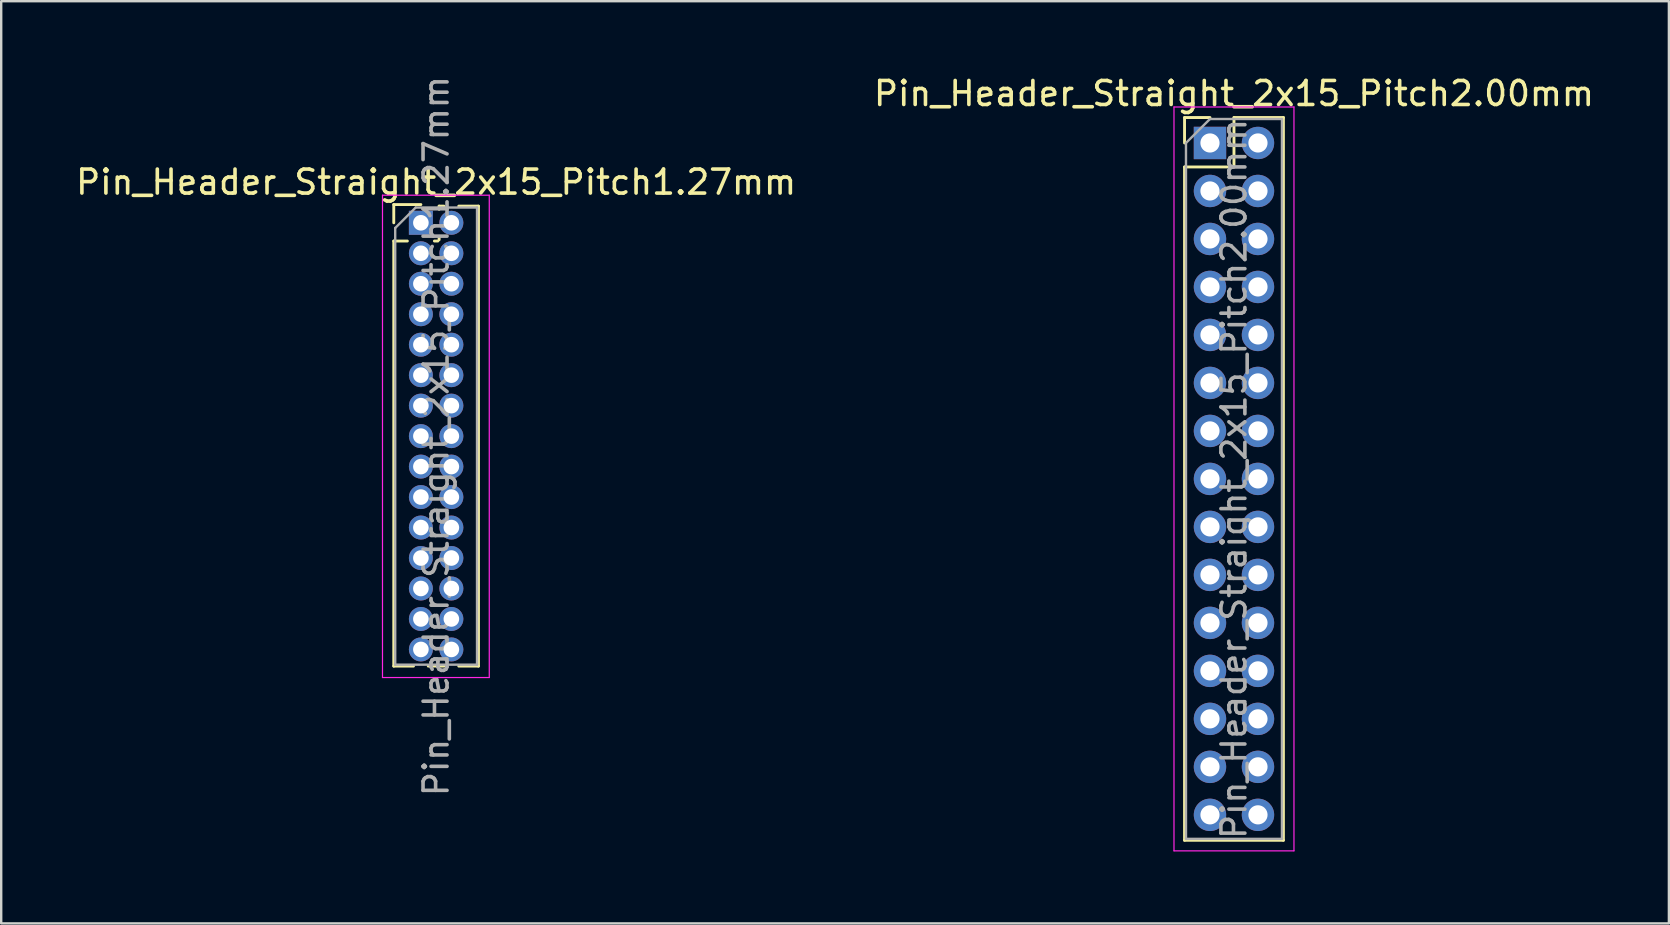
<source format=kicad_pcb>
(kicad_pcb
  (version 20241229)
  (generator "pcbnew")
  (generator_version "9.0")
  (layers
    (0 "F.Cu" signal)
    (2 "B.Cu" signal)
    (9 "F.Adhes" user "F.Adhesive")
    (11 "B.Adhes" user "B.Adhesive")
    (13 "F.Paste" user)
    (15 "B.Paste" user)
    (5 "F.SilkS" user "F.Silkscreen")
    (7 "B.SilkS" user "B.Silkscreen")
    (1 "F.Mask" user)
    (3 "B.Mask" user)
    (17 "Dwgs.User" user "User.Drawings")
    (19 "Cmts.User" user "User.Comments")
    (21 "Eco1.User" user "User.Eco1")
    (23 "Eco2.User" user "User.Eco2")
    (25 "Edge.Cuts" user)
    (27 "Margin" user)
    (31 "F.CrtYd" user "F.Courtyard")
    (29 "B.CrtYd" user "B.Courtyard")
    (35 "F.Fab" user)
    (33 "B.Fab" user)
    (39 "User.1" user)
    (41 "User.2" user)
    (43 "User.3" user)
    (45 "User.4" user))
  (footprint "Pin_Header_Straight_2x15_Pitch2.00mm"
    (layer "F.Cu")
    (at 47.375 2.908)
    (property "Reference" "Pin_Header_Straight_2x15_Pitch2.00mm" (at 1 -2.06 0) (layer "F.SilkS") (effects (font (size 1 1) (thickness 0.15))))
    (attr through_hole)
    (fp_line (start -1.06 -1.06) (end 0 -1.06) (stroke (width 0.12) (type solid)) (layer "F.SilkS"))
    (fp_line (start -1.06 0) (end -1.06 -1.06) (stroke (width 0.12) (type solid)) (layer "F.SilkS"))
    (fp_line (start -1.06 1) (end -1.06 29.06) (stroke (width 0.12) (type solid)) (layer "F.SilkS"))
    (fp_line (start -1.06 1) (end 1 1) (stroke (width 0.12) (type solid)) (layer "F.SilkS"))
    (fp_line (start -1.06 29.06) (end 3.06 29.06) (stroke (width 0.12) (type solid)) (layer "F.SilkS"))
    (fp_line (start 1 -1.06) (end 3.06 -1.06) (stroke (width 0.12) (type solid)) (layer "F.SilkS"))
    (fp_line (start 1 1) (end 1 -1.06) (stroke (width 0.12) (type solid)) (layer "F.SilkS"))
    (fp_line (start 3.06 -1.06) (end 3.06 29.06) (stroke (width 0.12) (type solid)) (layer "F.SilkS"))
    (fp_line (start -1.5 -1.5) (end -1.5 29.5) (stroke (width 0.05) (type solid)) (layer "F.CrtYd"))
    (fp_line (start -1.5 29.5) (end 3.5 29.5) (stroke (width 0.05) (type solid)) (layer "F.CrtYd"))
    (fp_line (start 3.5 -1.5) (end -1.5 -1.5) (stroke (width 0.05) (type solid)) (layer "F.CrtYd"))
    (fp_line (start 3.5 29.5) (end 3.5 -1.5) (stroke (width 0.05) (type solid)) (layer "F.CrtYd"))
    (fp_line (start -1 0) (end 0 -1) (stroke (width 0.1) (type solid)) (layer "F.Fab"))
    (fp_line (start -1 29) (end -1 0) (stroke (width 0.1) (type solid)) (layer "F.Fab"))
    (fp_line (start 0 -1) (end 3 -1) (stroke (width 0.1) (type solid)) (layer "F.Fab"))
    (fp_line (start 3 -1) (end 3 29) (stroke (width 0.1) (type solid)) (layer "F.Fab"))
    (fp_line (start 3 29) (end -1 29) (stroke (width 0.1) (type solid)) (layer "F.Fab"))
    (fp_text user "${REFERENCE}" (at 1 14 90) (layer "F.Fab") (effects (font (size 1 1) (thickness 0.15))))
    (pad "1" thru_hole rect (at 0 0) (size 1.35 1.35) (drill 0.8) (layers "*.Cu" "*.Mask"))
    (pad "2" thru_hole oval (at 2 0) (size 1.35 1.35) (drill 0.8) (layers "*.Cu" "*.Mask"))
    (pad "3" thru_hole oval (at 0 2) (size 1.35 1.35) (drill 0.8) (layers "*.Cu" "*.Mask"))
    (pad "4" thru_hole oval (at 2 2) (size 1.35 1.35) (drill 0.8) (layers "*.Cu" "*.Mask"))
    (pad "5" thru_hole oval (at 0 4) (size 1.35 1.35) (drill 0.8) (layers "*.Cu" "*.Mask"))
    (pad "6" thru_hole oval (at 2 4) (size 1.35 1.35) (drill 0.8) (layers "*.Cu" "*.Mask"))
    (pad "7" thru_hole oval (at 0 6) (size 1.35 1.35) (drill 0.8) (layers "*.Cu" "*.Mask"))
    (pad "8" thru_hole oval (at 2 6) (size 1.35 1.35) (drill 0.8) (layers "*.Cu" "*.Mask"))
    (pad "9" thru_hole oval (at 0 8) (size 1.35 1.35) (drill 0.8) (layers "*.Cu" "*.Mask"))
    (pad "10" thru_hole oval (at 2 8) (size 1.35 1.35) (drill 0.8) (layers "*.Cu" "*.Mask"))
    (pad "11" thru_hole oval (at 0 10) (size 1.35 1.35) (drill 0.8) (layers "*.Cu" "*.Mask"))
    (pad "12" thru_hole oval (at 2 10) (size 1.35 1.35) (drill 0.8) (layers "*.Cu" "*.Mask"))
    (pad "13" thru_hole oval (at 0 12) (size 1.35 1.35) (drill 0.8) (layers "*.Cu" "*.Mask"))
    (pad "14" thru_hole oval (at 2 12) (size 1.35 1.35) (drill 0.8) (layers "*.Cu" "*.Mask"))
    (pad "15" thru_hole oval (at 0 14) (size 1.35 1.35) (drill 0.8) (layers "*.Cu" "*.Mask"))
    (pad "16" thru_hole oval (at 2 14) (size 1.35 1.35) (drill 0.8) (layers "*.Cu" "*.Mask"))
    (pad "17" thru_hole oval (at 0 16) (size 1.35 1.35) (drill 0.8) (layers "*.Cu" "*.Mask"))
    (pad "18" thru_hole oval (at 2 16) (size 1.35 1.35) (drill 0.8) (layers "*.Cu" "*.Mask"))
    (pad "19" thru_hole oval (at 0 18) (size 1.35 1.35) (drill 0.8) (layers "*.Cu" "*.Mask"))
    (pad "20" thru_hole oval (at 2 18) (size 1.35 1.35) (drill 0.8) (layers "*.Cu" "*.Mask"))
    (pad "21" thru_hole oval (at 0 20) (size 1.35 1.35) (drill 0.8) (layers "*.Cu" "*.Mask"))
    (pad "22" thru_hole oval (at 2 20) (size 1.35 1.35) (drill 0.8) (layers "*.Cu" "*.Mask"))
    (pad "23" thru_hole oval (at 0 22) (size 1.35 1.35) (drill 0.8) (layers "*.Cu" "*.Mask"))
    (pad "24" thru_hole oval (at 2 22) (size 1.35 1.35) (drill 0.8) (layers "*.Cu" "*.Mask"))
    (pad "25" thru_hole oval (at 0 24) (size 1.35 1.35) (drill 0.8) (layers "*.Cu" "*.Mask"))
    (pad "26" thru_hole oval (at 2 24) (size 1.35 1.35) (drill 0.8) (layers "*.Cu" "*.Mask"))
    (pad "27" thru_hole oval (at 0 26) (size 1.35 1.35) (drill 0.8) (layers "*.Cu" "*.Mask"))
    (pad "28" thru_hole oval (at 2 26) (size 1.35 1.35) (drill 0.8) (layers "*.Cu" "*.Mask"))
    (pad "29" thru_hole oval (at 0 28) (size 1.35 1.35) (drill 0.8) (layers "*.Cu" "*.Mask"))
    (pad "30" thru_hole oval (at 2 28) (size 1.35 1.35) (drill 0.8) (layers "*.Cu" "*.Mask")))
  (footprint "Pin_Header_Straight_2x15_Pitch1.27mm"
    (layer "F.Cu")
    (at 14.49 6.235)
    (property "Reference" "Pin_Header_Straight_2x15_Pitch1.27mm" (at 0.635 -1.695 0) (layer "F.SilkS") (effects (font (size 1 1) (thickness 0.15))))
    (attr through_hole)
    (fp_line (start -1.13 -0.76) (end 0 -0.76) (stroke (width 0.12) (type solid)) (layer "F.SilkS"))
    (fp_line (start -1.13 0) (end -1.13 -0.76) (stroke (width 0.12) (type solid)) (layer "F.SilkS"))
    (fp_line (start -1.13 0.76) (end -1.13 18.475) (stroke (width 0.12) (type solid)) (layer "F.SilkS"))
    (fp_line (start -1.13 0.76) (end -0.563 0.76) (stroke (width 0.12) (type solid)) (layer "F.SilkS"))
    (fp_line (start -1.13 18.475) (end -0.308 18.475) (stroke (width 0.12) (type solid)) (layer "F.SilkS"))
    (fp_line (start 0.308 18.475) (end 0.962 18.475) (stroke (width 0.12) (type solid)) (layer "F.SilkS"))
    (fp_line (start 0.563 0.76) (end 0.707 0.76) (stroke (width 0.12) (type solid)) (layer "F.SilkS"))
    (fp_line (start 0.76 -0.695) (end 0.962 -0.695) (stroke (width 0.12) (type solid)) (layer "F.SilkS"))
    (fp_line (start 0.76 -0.563) (end 0.76 -0.695) (stroke (width 0.12) (type solid)) (layer "F.SilkS"))
    (fp_line (start 0.76 0.707) (end 0.76 0.563) (stroke (width 0.12) (type solid)) (layer "F.SilkS"))
    (fp_line (start 1.578 -0.695) (end 2.4 -0.695) (stroke (width 0.12) (type solid)) (layer "F.SilkS"))
    (fp_line (start 1.578 18.475) (end 2.4 18.475) (stroke (width 0.12) (type solid)) (layer "F.SilkS"))
    (fp_line (start 2.4 -0.695) (end 2.4 18.475) (stroke (width 0.12) (type solid)) (layer "F.SilkS"))
    (fp_line (start -1.6 -1.15) (end -1.6 18.95) (stroke (width 0.05) (type solid)) (layer "F.CrtYd"))
    (fp_line (start -1.6 18.95) (end 2.85 18.95) (stroke (width 0.05) (type solid)) (layer "F.CrtYd"))
    (fp_line (start 2.85 -1.15) (end -1.6 -1.15) (stroke (width 0.05) (type solid)) (layer "F.CrtYd"))
    (fp_line (start 2.85 18.95) (end 2.85 -1.15) (stroke (width 0.05) (type solid)) (layer "F.CrtYd"))
    (fp_line (start -1.07 0.217) (end -0.217 -0.635) (stroke (width 0.1) (type solid)) (layer "F.Fab"))
    (fp_line (start -1.07 18.415) (end -1.07 0.217) (stroke (width 0.1) (type solid)) (layer "F.Fab"))
    (fp_line (start -0.217 -0.635) (end 2.34 -0.635) (stroke (width 0.1) (type solid)) (layer "F.Fab"))
    (fp_line (start 2.34 -0.635) (end 2.34 18.415) (stroke (width 0.1) (type solid)) (layer "F.Fab"))
    (fp_line (start 2.34 18.415) (end -1.07 18.415) (stroke (width 0.1) (type solid)) (layer "F.Fab"))
    (fp_text user "${REFERENCE}" (at 0.635 8.89 90) (layer "F.Fab") (effects (font (size 1 1) (thickness 0.15))))
    (pad "1" thru_hole rect (at 0 0) (size 1 1) (drill 0.65) (layers "*.Cu" "*.Mask"))
    (pad "2" thru_hole oval (at 1.27 0) (size 1 1) (drill 0.65) (layers "*.Cu" "*.Mask"))
    (pad "3" thru_hole oval (at 0 1.27) (size 1 1) (drill 0.65) (layers "*.Cu" "*.Mask"))
    (pad "4" thru_hole oval (at 1.27 1.27) (size 1 1) (drill 0.65) (layers "*.Cu" "*.Mask"))
    (pad "5" thru_hole oval (at 0 2.54) (size 1 1) (drill 0.65) (layers "*.Cu" "*.Mask"))
    (pad "6" thru_hole oval (at 1.27 2.54) (size 1 1) (drill 0.65) (layers "*.Cu" "*.Mask"))
    (pad "7" thru_hole oval (at 0 3.81) (size 1 1) (drill 0.65) (layers "*.Cu" "*.Mask"))
    (pad "8" thru_hole oval (at 1.27 3.81) (size 1 1) (drill 0.65) (layers "*.Cu" "*.Mask"))
    (pad "9" thru_hole oval (at 0 5.08) (size 1 1) (drill 0.65) (layers "*.Cu" "*.Mask"))
    (pad "10" thru_hole oval (at 1.27 5.08) (size 1 1) (drill 0.65) (layers "*.Cu" "*.Mask"))
    (pad "11" thru_hole oval (at 0 6.35) (size 1 1) (drill 0.65) (layers "*.Cu" "*.Mask"))
    (pad "12" thru_hole oval (at 1.27 6.35) (size 1 1) (drill 0.65) (layers "*.Cu" "*.Mask"))
    (pad "13" thru_hole oval (at 0 7.62) (size 1 1) (drill 0.65) (layers "*.Cu" "*.Mask"))
    (pad "14" thru_hole oval (at 1.27 7.62) (size 1 1) (drill 0.65) (layers "*.Cu" "*.Mask"))
    (pad "15" thru_hole oval (at 0 8.89) (size 1 1) (drill 0.65) (layers "*.Cu" "*.Mask"))
    (pad "16" thru_hole oval (at 1.27 8.89) (size 1 1) (drill 0.65) (layers "*.Cu" "*.Mask"))
    (pad "17" thru_hole oval (at 0 10.16) (size 1 1) (drill 0.65) (layers "*.Cu" "*.Mask"))
    (pad "18" thru_hole oval (at 1.27 10.16) (size 1 1) (drill 0.65) (layers "*.Cu" "*.Mask"))
    (pad "19" thru_hole oval (at 0 11.43) (size 1 1) (drill 0.65) (layers "*.Cu" "*.Mask"))
    (pad "20" thru_hole oval (at 1.27 11.43) (size 1 1) (drill 0.65) (layers "*.Cu" "*.Mask"))
    (pad "21" thru_hole oval (at 0 12.7) (size 1 1) (drill 0.65) (layers "*.Cu" "*.Mask"))
    (pad "22" thru_hole oval (at 1.27 12.7) (size 1 1) (drill 0.65) (layers "*.Cu" "*.Mask"))
    (pad "23" thru_hole oval (at 0 13.97) (size 1 1) (drill 0.65) (layers "*.Cu" "*.Mask"))
    (pad "24" thru_hole oval (at 1.27 13.97) (size 1 1) (drill 0.65) (layers "*.Cu" "*.Mask"))
    (pad "25" thru_hole oval (at 0 15.24) (size 1 1) (drill 0.65) (layers "*.Cu" "*.Mask"))
    (pad "26" thru_hole oval (at 1.27 15.24) (size 1 1) (drill 0.65) (layers "*.Cu" "*.Mask"))
    (pad "27" thru_hole oval (at 0 16.51) (size 1 1) (drill 0.65) (layers "*.Cu" "*.Mask"))
    (pad "28" thru_hole oval (at 1.27 16.51) (size 1 1) (drill 0.65) (layers "*.Cu" "*.Mask"))
    (pad "29" thru_hole oval (at 0 17.78) (size 1 1) (drill 0.65) (layers "*.Cu" "*.Mask"))
    (pad "30" thru_hole oval (at 1.27 17.78) (size 1 1) (drill 0.65) (layers "*.Cu" "*.Mask")))
  (gr_rect
    (start -3 -3)
    (end 66.5 35.433)
    (stroke (width 0.1) (type default))
    (fill no)
    (layer "Edge.Cuts")))
</source>
